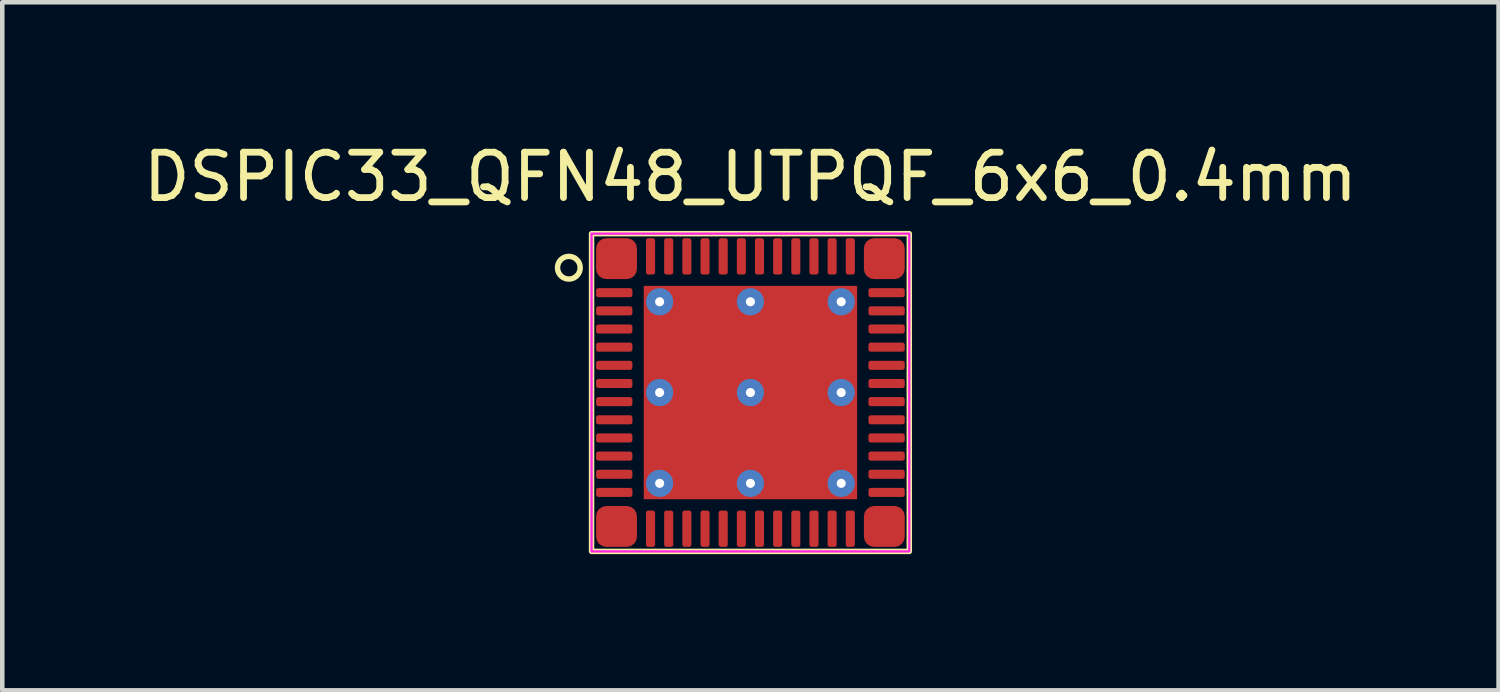
<source format=kicad_pcb>
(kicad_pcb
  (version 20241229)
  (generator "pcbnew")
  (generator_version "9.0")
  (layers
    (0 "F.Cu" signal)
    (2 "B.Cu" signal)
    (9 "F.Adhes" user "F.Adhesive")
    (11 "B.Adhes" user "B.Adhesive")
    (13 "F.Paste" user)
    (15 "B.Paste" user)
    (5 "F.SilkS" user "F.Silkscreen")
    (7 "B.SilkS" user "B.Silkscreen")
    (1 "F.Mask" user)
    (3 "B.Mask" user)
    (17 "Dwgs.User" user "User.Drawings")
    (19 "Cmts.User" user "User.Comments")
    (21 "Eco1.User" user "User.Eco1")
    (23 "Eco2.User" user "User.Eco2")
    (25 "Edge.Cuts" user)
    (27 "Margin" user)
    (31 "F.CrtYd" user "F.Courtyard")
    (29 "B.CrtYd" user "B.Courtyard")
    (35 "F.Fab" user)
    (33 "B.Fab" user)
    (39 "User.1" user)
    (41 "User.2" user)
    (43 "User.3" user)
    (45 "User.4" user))
  (footprint "DSPIC33_QFN48_UTPQF_6x6_0.4mm"
    (layer "F.Cu")
    (at 13.482 5.598)
    (property "Reference" "DSPIC33_QFN48_UTPQF_6x6_0.4mm" (at 0 -4.75 0) (unlocked yes) (layer "F.SilkS") (effects (font (size 1 1) (thickness 0.15))))
    (attr smd)
    (fp_rect (start -3.5 -3.5) (end 3.5 3.5) (stroke (width 0.12) (type solid)) (fill no) (layer "F.SilkS"))
    (fp_circle (center -4 -2.75) (end -4 -2.5) (stroke (width 0.12) (type solid)) (fill no) (layer "F.SilkS"))
    (fp_rect (start -3.5 -3.5) (end 3.5 3.5) (stroke (width 0.05) (type solid)) (fill no) (layer "F.CrtYd"))
    (pad "1" smd roundrect (at -3 -2.2) (size 0.8 0.2) (layers "F.Cu" "F.Mask" "F.Paste") (roundrect_rratio 0.25))
    (pad "2" smd roundrect (at -3 -1.8) (size 0.8 0.2) (layers "F.Cu" "F.Mask" "F.Paste") (roundrect_rratio 0.25))
    (pad "3" smd roundrect (at -3 -1.4) (size 0.8 0.2) (layers "F.Cu" "F.Mask" "F.Paste") (roundrect_rratio 0.25))
    (pad "4" smd roundrect (at -3 -1) (size 0.8 0.2) (layers "F.Cu" "F.Mask" "F.Paste") (roundrect_rratio 0.25))
    (pad "5" smd roundrect (at -3 -0.6) (size 0.8 0.2) (layers "F.Cu" "F.Mask" "F.Paste") (roundrect_rratio 0.25))
    (pad "6" smd roundrect (at -3 -0.2) (size 0.8 0.2) (layers "F.Cu" "F.Mask" "F.Paste") (roundrect_rratio 0.25))
    (pad "7" smd roundrect (at -3 0.2) (size 0.8 0.2) (layers "F.Cu" "F.Mask" "F.Paste") (roundrect_rratio 0.25))
    (pad "8" smd roundrect (at -3 0.6) (size 0.8 0.2) (layers "F.Cu" "F.Mask" "F.Paste") (roundrect_rratio 0.25))
    (pad "9" smd roundrect (at -3 1) (size 0.8 0.2) (layers "F.Cu" "F.Mask" "F.Paste") (roundrect_rratio 0.25))
    (pad "10" smd roundrect (at -3 1.4) (size 0.8 0.2) (layers "F.Cu" "F.Mask" "F.Paste") (roundrect_rratio 0.25))
    (pad "11" smd roundrect (at -3 1.8) (size 0.8 0.2) (layers "F.Cu" "F.Mask" "F.Paste") (roundrect_rratio 0.25))
    (pad "12" smd roundrect (at -3 2.2) (size 0.8 0.2) (layers "F.Cu" "F.Mask" "F.Paste") (roundrect_rratio 0.25))
    (pad "13" smd roundrect (at -2.2 3 90) (size 0.8 0.2) (layers "F.Cu" "F.Mask" "F.Paste") (roundrect_rratio 0.25))
    (pad "14" smd roundrect (at -1.8 3 90) (size 0.8 0.2) (layers "F.Cu" "F.Mask" "F.Paste") (roundrect_rratio 0.25))
    (pad "15" smd roundrect (at -1.4 3 90) (size 0.8 0.2) (layers "F.Cu" "F.Mask" "F.Paste") (roundrect_rratio 0.25))
    (pad "16" smd roundrect (at -1 3 90) (size 0.8 0.2) (layers "F.Cu" "F.Mask" "F.Paste") (roundrect_rratio 0.25))
    (pad "17" smd roundrect (at -0.6 3 90) (size 0.8 0.2) (layers "F.Cu" "F.Mask" "F.Paste") (roundrect_rratio 0.25))
    (pad "18" smd roundrect (at -0.2 3 90) (size 0.8 0.2) (layers "F.Cu" "F.Mask" "F.Paste") (roundrect_rratio 0.25))
    (pad "19" smd roundrect (at 0.2 3 90) (size 0.8 0.2) (layers "F.Cu" "F.Mask" "F.Paste") (roundrect_rratio 0.25))
    (pad "20" smd roundrect (at 0.6 3 90) (size 0.8 0.2) (layers "F.Cu" "F.Mask" "F.Paste") (roundrect_rratio 0.25))
    (pad "21" smd roundrect (at 1 3 90) (size 0.8 0.2) (layers "F.Cu" "F.Mask" "F.Paste") (roundrect_rratio 0.25))
    (pad "22" smd roundrect (at 1.4 3 90) (size 0.8 0.2) (layers "F.Cu" "F.Mask" "F.Paste") (roundrect_rratio 0.25))
    (pad "23" smd roundrect (at 1.8 3 90) (size 0.8 0.2) (layers "F.Cu" "F.Mask" "F.Paste") (roundrect_rratio 0.25))
    (pad "24" smd roundrect (at 2.2 3 90) (size 0.8 0.2) (layers "F.Cu" "F.Mask" "F.Paste") (roundrect_rratio 0.25))
    (pad "25" smd roundrect (at 3 2.2) (size 0.8 0.2) (layers "F.Cu" "F.Mask" "F.Paste") (roundrect_rratio 0.25))
    (pad "26" smd roundrect (at 3 1.8) (size 0.8 0.2) (layers "F.Cu" "F.Mask" "F.Paste") (roundrect_rratio 0.25))
    (pad "27" smd roundrect (at 3 1.4) (size 0.8 0.2) (layers "F.Cu" "F.Mask" "F.Paste") (roundrect_rratio 0.25))
    (pad "28" smd roundrect (at 3 1) (size 0.8 0.2) (layers "F.Cu" "F.Mask" "F.Paste") (roundrect_rratio 0.25))
    (pad "29" smd roundrect (at 3 0.6) (size 0.8 0.2) (layers "F.Cu" "F.Mask" "F.Paste") (roundrect_rratio 0.25))
    (pad "30" smd roundrect (at 3 0.2) (size 0.8 0.2) (layers "F.Cu" "F.Mask" "F.Paste") (roundrect_rratio 0.25))
    (pad "31" smd roundrect (at 3 -0.2) (size 0.8 0.2) (layers "F.Cu" "F.Mask" "F.Paste") (roundrect_rratio 0.25))
    (pad "32" smd roundrect (at 3 -0.6) (size 0.8 0.2) (layers "F.Cu" "F.Mask" "F.Paste") (roundrect_rratio 0.25))
    (pad "33" smd roundrect (at 3 -1) (size 0.8 0.2) (layers "F.Cu" "F.Mask" "F.Paste") (roundrect_rratio 0.25))
    (pad "34" smd roundrect (at 3 -1.4) (size 0.8 0.2) (layers "F.Cu" "F.Mask" "F.Paste") (roundrect_rratio 0.25))
    (pad "35" smd roundrect (at 3 -1.8) (size 0.8 0.2) (layers "F.Cu" "F.Mask" "F.Paste") (roundrect_rratio 0.25))
    (pad "36" smd roundrect (at 3 -2.2) (size 0.8 0.2) (layers "F.Cu" "F.Mask" "F.Paste") (roundrect_rratio 0.25))
    (pad "37" smd roundrect (at 2.2 -3 90) (size 0.8 0.2) (layers "F.Cu" "F.Mask" "F.Paste") (roundrect_rratio 0.25))
    (pad "38" smd roundrect (at 1.8 -3 90) (size 0.8 0.2) (layers "F.Cu" "F.Mask" "F.Paste") (roundrect_rratio 0.25))
    (pad "39" smd roundrect (at 1.4 -3 90) (size 0.8 0.2) (layers "F.Cu" "F.Mask" "F.Paste") (roundrect_rratio 0.25))
    (pad "40" smd roundrect (at 1 -3 90) (size 0.8 0.2) (layers "F.Cu" "F.Mask" "F.Paste") (roundrect_rratio 0.25))
    (pad "41" smd roundrect (at 0.6 -3 90) (size 0.8 0.2) (layers "F.Cu" "F.Mask" "F.Paste") (roundrect_rratio 0.25))
    (pad "42" smd roundrect (at 0.2 -3 90) (size 0.8 0.2) (layers "F.Cu" "F.Mask" "F.Paste") (roundrect_rratio 0.25))
    (pad "43" smd roundrect (at -0.2 -3 90) (size 0.8 0.2) (layers "F.Cu" "F.Mask" "F.Paste") (roundrect_rratio 0.25))
    (pad "44" smd roundrect (at -0.6 -3 90) (size 0.8 0.2) (layers "F.Cu" "F.Mask" "F.Paste") (roundrect_rratio 0.25))
    (pad "45" smd roundrect (at -1 -3 90) (size 0.8 0.2) (layers "F.Cu" "F.Mask" "F.Paste") (roundrect_rratio 0.25))
    (pad "46" smd roundrect (at -1.4 -3 90) (size 0.8 0.2) (layers "F.Cu" "F.Mask" "F.Paste") (roundrect_rratio 0.25))
    (pad "47" smd roundrect (at -1.8 -3 90) (size 0.8 0.2) (layers "F.Cu" "F.Mask" "F.Paste") (roundrect_rratio 0.25))
    (pad "48" smd roundrect (at -2.2 -3 90) (size 0.8 0.2) (layers "F.Cu" "F.Mask" "F.Paste") (roundrect_rratio 0.25))
    (pad "49" smd roundrect (at -2.95 -2.95 90) (size 0.9 0.9) (layers "F.Cu" "F.Mask" "F.Paste") (roundrect_rratio 0.25))
    (pad "49" smd roundrect (at -2.95 2.95 90) (size 0.9 0.9) (layers "F.Cu" "F.Mask" "F.Paste") (roundrect_rratio 0.25))
    (pad "49" thru_hole circle (at -2 -2 90) (size 0.6 0.6) (drill 0.2) (layers "*.Cu" "*.Mask") (remove_unused_layers yes) (keep_end_layers yes) (zone_layer_connections))
    (pad "49" thru_hole circle (at -2 0 90) (size 0.6 0.6) (drill 0.2) (layers "*.Cu" "*.Mask") (remove_unused_layers yes) (keep_end_layers yes) (zone_layer_connections))
    (pad "49" thru_hole circle (at -2 2 90) (size 0.6 0.6) (drill 0.2) (layers "*.Cu" "*.Mask") (remove_unused_layers yes) (keep_end_layers yes) (zone_layer_connections))
    (pad "49" thru_hole circle (at 0 -2 90) (size 0.6 0.6) (drill 0.2) (layers "*.Cu" "*.Mask") (remove_unused_layers yes) (keep_end_layers yes) (zone_layer_connections))
    (pad "49" thru_hole circle (at 0 0 90) (size 0.6 0.6) (drill 0.2) (layers "*.Cu" "*.Mask") (remove_unused_layers yes) (keep_end_layers yes) (zone_layer_connections))
    (pad "49" smd rect (at 0 0 90) (size 4.7 4.7) (layers "F.Cu" "F.Mask" "F.Paste"))
    (pad "49" thru_hole circle (at 0 2 90) (size 0.6 0.6) (drill 0.2) (layers "*.Cu" "*.Mask") (remove_unused_layers yes) (keep_end_layers yes) (zone_layer_connections))
    (pad "49" thru_hole circle (at 2 -2 90) (size 0.6 0.6) (drill 0.2) (layers "*.Cu" "*.Mask") (remove_unused_layers yes) (keep_end_layers yes) (zone_layer_connections))
    (pad "49" thru_hole circle (at 2 0 90) (size 0.6 0.6) (drill 0.2) (layers "*.Cu" "*.Mask") (remove_unused_layers yes) (keep_end_layers yes) (zone_layer_connections))
    (pad "49" thru_hole circle (at 2 2 90) (size 0.6 0.6) (drill 0.2) (layers "*.Cu" "*.Mask") (remove_unused_layers yes) (keep_end_layers yes) (zone_layer_connections))
    (pad "49" smd roundrect (at 2.95 -2.95 90) (size 0.9 0.9) (layers "F.Cu" "F.Mask" "F.Paste") (roundrect_rratio 0.25))
    (pad "49" smd roundrect (at 2.95 2.95 90) (size 0.9 0.9) (layers "F.Cu" "F.Mask" "F.Paste") (roundrect_rratio 0.25)))
  (gr_rect
    (start -3 -3)
    (end 29.964 12.158)
    (stroke (width 0.1) (type default))
    (fill no)
    (layer "Edge.Cuts")))
</source>
